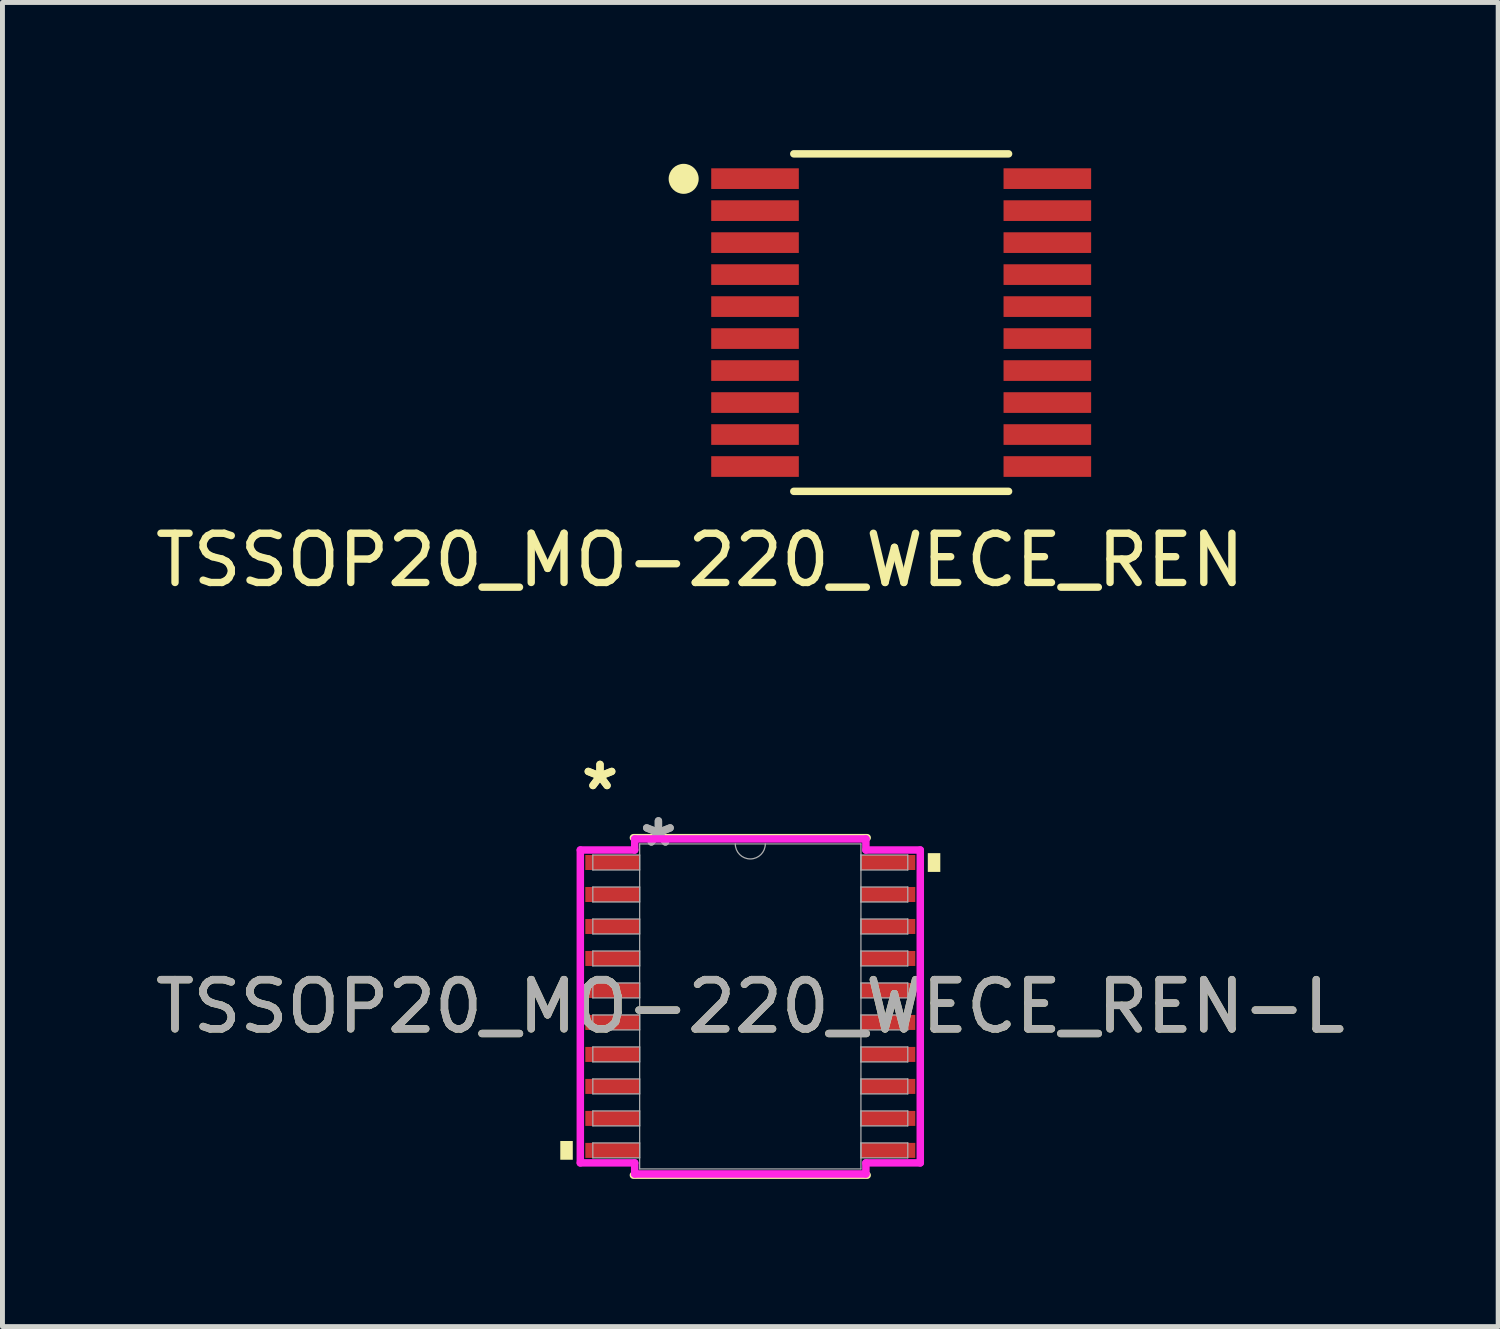
<source format=kicad_pcb>
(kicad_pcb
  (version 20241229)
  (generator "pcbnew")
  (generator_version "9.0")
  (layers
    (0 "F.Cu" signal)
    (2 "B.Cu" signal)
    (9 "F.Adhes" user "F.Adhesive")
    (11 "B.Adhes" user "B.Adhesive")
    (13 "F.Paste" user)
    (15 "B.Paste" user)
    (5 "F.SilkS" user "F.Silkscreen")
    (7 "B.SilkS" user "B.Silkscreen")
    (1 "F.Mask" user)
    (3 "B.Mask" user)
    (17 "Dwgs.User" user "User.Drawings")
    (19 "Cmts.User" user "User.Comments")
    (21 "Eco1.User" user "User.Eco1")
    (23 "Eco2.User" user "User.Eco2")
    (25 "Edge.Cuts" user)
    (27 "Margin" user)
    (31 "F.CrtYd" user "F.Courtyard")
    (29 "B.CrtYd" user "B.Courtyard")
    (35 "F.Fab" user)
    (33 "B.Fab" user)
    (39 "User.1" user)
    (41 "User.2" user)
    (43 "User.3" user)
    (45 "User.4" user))
  (footprint "TSSOP20_MO-220_WECE_REN"
    (layer "F.Cu")
    (at 15.262 3.505)
    (property "Reference" "TSSOP20_MO-220_WECE_REN" (at -4.089 4.826 0) (unlocked yes) (layer "F.SilkS") (effects (font (size 1 1) (thickness 0.15))))
    (attr smd)
    (fp_line (start -2.182 3.429) (end 2.182 3.429) (stroke (width 0.152) (type solid)) (layer "F.SilkS"))
    (fp_line (start 2.182 -3.429) (end -2.182 -3.429) (stroke (width 0.152) (type solid)) (layer "F.SilkS"))
    (fp_circle (center -4.42 -2.921) (end -4.12 -2.921) (stroke (width 0.01) (type solid)) (fill yes) (layer "F.SilkS"))
    (pad "1" smd rect (at -2.97 -2.925) (size 1.78 0.42) (layers "F.Cu" "F.Mask" "F.Paste"))
    (pad "2" smd rect (at -2.97 -2.275) (size 1.78 0.42) (layers "F.Cu" "F.Mask" "F.Paste"))
    (pad "3" smd rect (at -2.97 -1.625) (size 1.78 0.42) (layers "F.Cu" "F.Mask" "F.Paste"))
    (pad "4" smd rect (at -2.97 -0.975) (size 1.78 0.42) (layers "F.Cu" "F.Mask" "F.Paste"))
    (pad "5" smd rect (at -2.97 -0.325) (size 1.78 0.42) (layers "F.Cu" "F.Mask" "F.Paste"))
    (pad "6" smd rect (at -2.97 0.325) (size 1.78 0.42) (layers "F.Cu" "F.Mask" "F.Paste"))
    (pad "7" smd rect (at -2.97 0.975) (size 1.78 0.42) (layers "F.Cu" "F.Mask" "F.Paste"))
    (pad "8" smd rect (at -2.97 1.625) (size 1.78 0.42) (layers "F.Cu" "F.Mask" "F.Paste"))
    (pad "9" smd rect (at -2.97 2.275) (size 1.78 0.42) (layers "F.Cu" "F.Mask" "F.Paste"))
    (pad "10" smd rect (at -2.97 2.925) (size 1.78 0.42) (layers "F.Cu" "F.Mask" "F.Paste"))
    (pad "11" smd rect (at 2.97 2.925) (size 1.78 0.42) (layers "F.Cu" "F.Mask" "F.Paste"))
    (pad "12" smd rect (at 2.97 2.275) (size 1.78 0.42) (layers "F.Cu" "F.Mask" "F.Paste"))
    (pad "13" smd rect (at 2.97 1.625) (size 1.78 0.42) (layers "F.Cu" "F.Mask" "F.Paste"))
    (pad "14" smd rect (at 2.97 0.975) (size 1.78 0.42) (layers "F.Cu" "F.Mask" "F.Paste"))
    (pad "15" smd rect (at 2.97 0.325) (size 1.78 0.42) (layers "F.Cu" "F.Mask" "F.Paste"))
    (pad "16" smd rect (at 2.97 -0.325) (size 1.78 0.42) (layers "F.Cu" "F.Mask" "F.Paste"))
    (pad "17" smd rect (at 2.97 -0.975) (size 1.78 0.42) (layers "F.Cu" "F.Mask" "F.Paste"))
    (pad "18" smd rect (at 2.97 -1.625) (size 1.78 0.42) (layers "F.Cu" "F.Mask" "F.Paste"))
    (pad "19" smd rect (at 2.97 -2.275) (size 1.78 0.42) (layers "F.Cu" "F.Mask" "F.Paste"))
    (pad "20" smd rect (at 2.97 -2.925) (size 1.78 0.42) (layers "F.Cu" "F.Mask" "F.Paste")))
  (footprint "TSSOP20_MO-220_WECE_REN-L"
    (layer "F.Cu")
    (at 12.196 17.401)
    (property "Reference" "TSSOP20_MO-220_WECE_REN-L" (at 0 0 0) (unlocked yes) (layer "F.SilkS") (effects (font (size 1 1) (thickness 0.15))))
    (attr smd)
    (fp_line (start -2.375 3.429) (end 2.375 3.429) (stroke (width 0.152) (type solid)) (layer "F.SilkS"))
    (fp_line (start 2.375 -3.429) (end -2.375 -3.429) (stroke (width 0.152) (type solid)) (layer "F.SilkS"))
    (fp_poly (pts (xy -3.861 2.734) (xy -3.861 3.115) (xy -3.607 3.115) (xy -3.607 2.734)) (stroke (width 0) (type solid)) (fill yes) (layer "F.SilkS"))
    (fp_poly (pts (xy 3.861 -3.115) (xy 3.861 -2.734) (xy 3.607 -2.734) (xy 3.607 -3.115)) (stroke (width 0) (type solid)) (fill yes) (layer "F.SilkS"))
    (fp_line (start -3.454 -3.179) (end -2.349 -3.179) (stroke (width 0.152) (type solid)) (layer "F.CrtYd"))
    (fp_line (start -3.454 3.179) (end -3.454 -3.179) (stroke (width 0.152) (type solid)) (layer "F.CrtYd"))
    (fp_line (start -3.454 3.179) (end -2.349 3.179) (stroke (width 0.152) (type solid)) (layer "F.CrtYd"))
    (fp_line (start -2.349 -3.404) (end 2.349 -3.404) (stroke (width 0.152) (type solid)) (layer "F.CrtYd"))
    (fp_line (start -2.349 -3.179) (end -2.349 -3.404) (stroke (width 0.152) (type solid)) (layer "F.CrtYd"))
    (fp_line (start -2.349 3.404) (end -2.349 3.179) (stroke (width 0.152) (type solid)) (layer "F.CrtYd"))
    (fp_line (start 2.349 -3.404) (end 2.349 -3.179) (stroke (width 0.152) (type solid)) (layer "F.CrtYd"))
    (fp_line (start 2.349 3.179) (end 2.349 3.404) (stroke (width 0.152) (type solid)) (layer "F.CrtYd"))
    (fp_line (start 2.349 3.404) (end -2.349 3.404) (stroke (width 0.152) (type solid)) (layer "F.CrtYd"))
    (fp_line (start 3.454 -3.179) (end 2.349 -3.179) (stroke (width 0.152) (type solid)) (layer "F.CrtYd"))
    (fp_line (start 3.454 -3.179) (end 3.454 3.179) (stroke (width 0.152) (type solid)) (layer "F.CrtYd"))
    (fp_line (start 3.454 3.179) (end 2.349 3.179) (stroke (width 0.152) (type solid)) (layer "F.CrtYd"))
    (fp_line (start -3.2 -3.077) (end -3.2 -2.773) (stroke (width 0.025) (type solid)) (layer "F.Fab"))
    (fp_line (start -3.2 -2.773) (end -2.248 -2.773) (stroke (width 0.025) (type solid)) (layer "F.Fab"))
    (fp_line (start -3.2 -2.427) (end -3.2 -2.123) (stroke (width 0.025) (type solid)) (layer "F.Fab"))
    (fp_line (start -3.2 -2.123) (end -2.248 -2.123) (stroke (width 0.025) (type solid)) (layer "F.Fab"))
    (fp_line (start -3.2 -1.777) (end -3.2 -1.473) (stroke (width 0.025) (type solid)) (layer "F.Fab"))
    (fp_line (start -3.2 -1.473) (end -2.248 -1.473) (stroke (width 0.025) (type solid)) (layer "F.Fab"))
    (fp_line (start -3.2 -1.127) (end -3.2 -0.823) (stroke (width 0.025) (type solid)) (layer "F.Fab"))
    (fp_line (start -3.2 -0.823) (end -2.248 -0.823) (stroke (width 0.025) (type solid)) (layer "F.Fab"))
    (fp_line (start -3.2 -0.477) (end -3.2 -0.173) (stroke (width 0.025) (type solid)) (layer "F.Fab"))
    (fp_line (start -3.2 -0.173) (end -2.248 -0.173) (stroke (width 0.025) (type solid)) (layer "F.Fab"))
    (fp_line (start -3.2 0.173) (end -3.2 0.477) (stroke (width 0.025) (type solid)) (layer "F.Fab"))
    (fp_line (start -3.2 0.477) (end -2.248 0.477) (stroke (width 0.025) (type solid)) (layer "F.Fab"))
    (fp_line (start -3.2 0.823) (end -3.2 1.127) (stroke (width 0.025) (type solid)) (layer "F.Fab"))
    (fp_line (start -3.2 1.127) (end -2.248 1.127) (stroke (width 0.025) (type solid)) (layer "F.Fab"))
    (fp_line (start -3.2 1.473) (end -3.2 1.777) (stroke (width 0.025) (type solid)) (layer "F.Fab"))
    (fp_line (start -3.2 1.777) (end -2.248 1.777) (stroke (width 0.025) (type solid)) (layer "F.Fab"))
    (fp_line (start -3.2 2.123) (end -3.2 2.427) (stroke (width 0.025) (type solid)) (layer "F.Fab"))
    (fp_line (start -3.2 2.427) (end -2.248 2.427) (stroke (width 0.025) (type solid)) (layer "F.Fab"))
    (fp_line (start -3.2 2.773) (end -3.2 3.077) (stroke (width 0.025) (type solid)) (layer "F.Fab"))
    (fp_line (start -3.2 3.077) (end -2.248 3.077) (stroke (width 0.025) (type solid)) (layer "F.Fab"))
    (fp_line (start -2.248 -3.302) (end -2.248 3.302) (stroke (width 0.025) (type solid)) (layer "F.Fab"))
    (fp_line (start -2.248 -3.077) (end -3.2 -3.077) (stroke (width 0.025) (type solid)) (layer "F.Fab"))
    (fp_line (start -2.248 -2.773) (end -2.248 -3.077) (stroke (width 0.025) (type solid)) (layer "F.Fab"))
    (fp_line (start -2.248 -2.427) (end -3.2 -2.427) (stroke (width 0.025) (type solid)) (layer "F.Fab"))
    (fp_line (start -2.248 -2.123) (end -2.248 -2.427) (stroke (width 0.025) (type solid)) (layer "F.Fab"))
    (fp_line (start -2.248 -1.777) (end -3.2 -1.777) (stroke (width 0.025) (type solid)) (layer "F.Fab"))
    (fp_line (start -2.248 -1.473) (end -2.248 -1.777) (stroke (width 0.025) (type solid)) (layer "F.Fab"))
    (fp_line (start -2.248 -1.127) (end -3.2 -1.127) (stroke (width 0.025) (type solid)) (layer "F.Fab"))
    (fp_line (start -2.248 -0.823) (end -2.248 -1.127) (stroke (width 0.025) (type solid)) (layer "F.Fab"))
    (fp_line (start -2.248 -0.477) (end -3.2 -0.477) (stroke (width 0.025) (type solid)) (layer "F.Fab"))
    (fp_line (start -2.248 -0.173) (end -2.248 -0.477) (stroke (width 0.025) (type solid)) (layer "F.Fab"))
    (fp_line (start -2.248 0.173) (end -3.2 0.173) (stroke (width 0.025) (type solid)) (layer "F.Fab"))
    (fp_line (start -2.248 0.477) (end -2.248 0.173) (stroke (width 0.025) (type solid)) (layer "F.Fab"))
    (fp_line (start -2.248 0.823) (end -3.2 0.823) (stroke (width 0.025) (type solid)) (layer "F.Fab"))
    (fp_line (start -2.248 1.127) (end -2.248 0.823) (stroke (width 0.025) (type solid)) (layer "F.Fab"))
    (fp_line (start -2.248 1.473) (end -3.2 1.473) (stroke (width 0.025) (type solid)) (layer "F.Fab"))
    (fp_line (start -2.248 1.777) (end -2.248 1.473) (stroke (width 0.025) (type solid)) (layer "F.Fab"))
    (fp_line (start -2.248 2.123) (end -3.2 2.123) (stroke (width 0.025) (type solid)) (layer "F.Fab"))
    (fp_line (start -2.248 2.427) (end -2.248 2.123) (stroke (width 0.025) (type solid)) (layer "F.Fab"))
    (fp_line (start -2.248 2.773) (end -3.2 2.773) (stroke (width 0.025) (type solid)) (layer "F.Fab"))
    (fp_line (start -2.248 3.077) (end -2.248 2.773) (stroke (width 0.025) (type solid)) (layer "F.Fab"))
    (fp_line (start -2.248 3.302) (end 2.248 3.302) (stroke (width 0.025) (type solid)) (layer "F.Fab"))
    (fp_line (start 2.248 -3.302) (end -2.248 -3.302) (stroke (width 0.025) (type solid)) (layer "F.Fab"))
    (fp_line (start 2.248 -3.077) (end 2.248 -2.773) (stroke (width 0.025) (type solid)) (layer "F.Fab"))
    (fp_line (start 2.248 -2.773) (end 3.2 -2.773) (stroke (width 0.025) (type solid)) (layer "F.Fab"))
    (fp_line (start 2.248 -2.427) (end 2.248 -2.123) (stroke (width 0.025) (type solid)) (layer "F.Fab"))
    (fp_line (start 2.248 -2.123) (end 3.2 -2.123) (stroke (width 0.025) (type solid)) (layer "F.Fab"))
    (fp_line (start 2.248 -1.777) (end 2.248 -1.473) (stroke (width 0.025) (type solid)) (layer "F.Fab"))
    (fp_line (start 2.248 -1.473) (end 3.2 -1.473) (stroke (width 0.025) (type solid)) (layer "F.Fab"))
    (fp_line (start 2.248 -1.127) (end 2.248 -0.823) (stroke (width 0.025) (type solid)) (layer "F.Fab"))
    (fp_line (start 2.248 -0.823) (end 3.2 -0.823) (stroke (width 0.025) (type solid)) (layer "F.Fab"))
    (fp_line (start 2.248 -0.477) (end 2.248 -0.173) (stroke (width 0.025) (type solid)) (layer "F.Fab"))
    (fp_line (start 2.248 -0.173) (end 3.2 -0.173) (stroke (width 0.025) (type solid)) (layer "F.Fab"))
    (fp_line (start 2.248 0.173) (end 2.248 0.477) (stroke (width 0.025) (type solid)) (layer "F.Fab"))
    (fp_line (start 2.248 0.477) (end 3.2 0.477) (stroke (width 0.025) (type solid)) (layer "F.Fab"))
    (fp_line (start 2.248 0.823) (end 2.248 1.127) (stroke (width 0.025) (type solid)) (layer "F.Fab"))
    (fp_line (start 2.248 1.127) (end 3.2 1.127) (stroke (width 0.025) (type solid)) (layer "F.Fab"))
    (fp_line (start 2.248 1.473) (end 2.248 1.777) (stroke (width 0.025) (type solid)) (layer "F.Fab"))
    (fp_line (start 2.248 1.777) (end 3.2 1.777) (stroke (width 0.025) (type solid)) (layer "F.Fab"))
    (fp_line (start 2.248 2.123) (end 2.248 2.427) (stroke (width 0.025) (type solid)) (layer "F.Fab"))
    (fp_line (start 2.248 2.427) (end 3.2 2.427) (stroke (width 0.025) (type solid)) (layer "F.Fab"))
    (fp_line (start 2.248 2.773) (end 2.248 3.077) (stroke (width 0.025) (type solid)) (layer "F.Fab"))
    (fp_line (start 2.248 3.077) (end 3.2 3.077) (stroke (width 0.025) (type solid)) (layer "F.Fab"))
    (fp_line (start 2.248 3.302) (end 2.248 -3.302) (stroke (width 0.025) (type solid)) (layer "F.Fab"))
    (fp_line (start 3.2 -3.077) (end 2.248 -3.077) (stroke (width 0.025) (type solid)) (layer "F.Fab"))
    (fp_line (start 3.2 -2.773) (end 3.2 -3.077) (stroke (width 0.025) (type solid)) (layer "F.Fab"))
    (fp_line (start 3.2 -2.427) (end 2.248 -2.427) (stroke (width 0.025) (type solid)) (layer "F.Fab"))
    (fp_line (start 3.2 -2.123) (end 3.2 -2.427) (stroke (width 0.025) (type solid)) (layer "F.Fab"))
    (fp_line (start 3.2 -1.777) (end 2.248 -1.777) (stroke (width 0.025) (type solid)) (layer "F.Fab"))
    (fp_line (start 3.2 -1.473) (end 3.2 -1.777) (stroke (width 0.025) (type solid)) (layer "F.Fab"))
    (fp_line (start 3.2 -1.127) (end 2.248 -1.127) (stroke (width 0.025) (type solid)) (layer "F.Fab"))
    (fp_line (start 3.2 -0.823) (end 3.2 -1.127) (stroke (width 0.025) (type solid)) (layer "F.Fab"))
    (fp_line (start 3.2 -0.477) (end 2.248 -0.477) (stroke (width 0.025) (type solid)) (layer "F.Fab"))
    (fp_line (start 3.2 -0.173) (end 3.2 -0.477) (stroke (width 0.025) (type solid)) (layer "F.Fab"))
    (fp_line (start 3.2 0.173) (end 2.248 0.173) (stroke (width 0.025) (type solid)) (layer "F.Fab"))
    (fp_line (start 3.2 0.477) (end 3.2 0.173) (stroke (width 0.025) (type solid)) (layer "F.Fab"))
    (fp_line (start 3.2 0.823) (end 2.248 0.823) (stroke (width 0.025) (type solid)) (layer "F.Fab"))
    (fp_line (start 3.2 1.127) (end 3.2 0.823) (stroke (width 0.025) (type solid)) (layer "F.Fab"))
    (fp_line (start 3.2 1.473) (end 2.248 1.473) (stroke (width 0.025) (type solid)) (layer "F.Fab"))
    (fp_line (start 3.2 1.777) (end 3.2 1.473) (stroke (width 0.025) (type solid)) (layer "F.Fab"))
    (fp_line (start 3.2 2.123) (end 2.248 2.123) (stroke (width 0.025) (type solid)) (layer "F.Fab"))
    (fp_line (start 3.2 2.427) (end 3.2 2.123) (stroke (width 0.025) (type solid)) (layer "F.Fab"))
    (fp_line (start 3.2 2.773) (end 2.248 2.773) (stroke (width 0.025) (type solid)) (layer "F.Fab"))
    (fp_line (start 3.2 3.077) (end 3.2 2.773) (stroke (width 0.025) (type solid)) (layer "F.Fab"))
    (fp_arc (start 0.3048 -3.302) (mid 0 -2.9972) (end -0.3048 -3.302) (stroke (width 0.0254) (type solid)) (layer "F.Fab"))
    (fp_text user "*" (at -3.054 -4.373 0) (unlocked yes) (layer "F.SilkS") (effects (font (size 1 1) (thickness 0.15))))
    (fp_text user "*" (at -3.054 -4.373 0) (layer "F.SilkS") (effects (font (size 1 1) (thickness 0.15))))
    (fp_text user "${REFERENCE}" (at 0 0 0) (unlocked yes) (layer "F.Fab") (effects (font (size 1 1) (thickness 0.15))))
    (fp_text user "*" (at -1.867 -3.226 0) (unlocked yes) (layer "F.Fab") (effects (font (size 1 1) (thickness 0.15))))
    (fp_text user "*" (at -1.867 -3.226 0) (layer "F.Fab") (effects (font (size 1 1) (thickness 0.15))))
    (pad "1" smd rect (at -2.8 -2.925) (size 1.105 0.305) (layers "F.Cu" "F.Mask" "F.Paste"))
    (pad "2" smd rect (at -2.8 -2.275) (size 1.105 0.305) (layers "F.Cu" "F.Mask" "F.Paste"))
    (pad "3" smd rect (at -2.8 -1.625) (size 1.105 0.305) (layers "F.Cu" "F.Mask" "F.Paste"))
    (pad "4" smd rect (at -2.8 -0.975) (size 1.105 0.305) (layers "F.Cu" "F.Mask" "F.Paste"))
    (pad "5" smd rect (at -2.8 -0.325) (size 1.105 0.305) (layers "F.Cu" "F.Mask" "F.Paste"))
    (pad "6" smd rect (at -2.8 0.325) (size 1.105 0.305) (layers "F.Cu" "F.Mask" "F.Paste"))
    (pad "7" smd rect (at -2.8 0.975) (size 1.105 0.305) (layers "F.Cu" "F.Mask" "F.Paste"))
    (pad "8" smd rect (at -2.8 1.625) (size 1.105 0.305) (layers "F.Cu" "F.Mask" "F.Paste"))
    (pad "9" smd rect (at -2.8 2.275) (size 1.105 0.305) (layers "F.Cu" "F.Mask" "F.Paste"))
    (pad "10" smd rect (at -2.8 2.925) (size 1.105 0.305) (layers "F.Cu" "F.Mask" "F.Paste"))
    (pad "11" smd rect (at 2.8 2.925) (size 1.105 0.305) (layers "F.Cu" "F.Mask" "F.Paste"))
    (pad "12" smd rect (at 2.8 2.275) (size 1.105 0.305) (layers "F.Cu" "F.Mask" "F.Paste"))
    (pad "13" smd rect (at 2.8 1.625) (size 1.105 0.305) (layers "F.Cu" "F.Mask" "F.Paste"))
    (pad "14" smd rect (at 2.8 0.975) (size 1.105 0.305) (layers "F.Cu" "F.Mask" "F.Paste"))
    (pad "15" smd rect (at 2.8 0.325) (size 1.105 0.305) (layers "F.Cu" "F.Mask" "F.Paste"))
    (pad "16" smd rect (at 2.8 -0.325) (size 1.105 0.305) (layers "F.Cu" "F.Mask" "F.Paste"))
    (pad "17" smd rect (at 2.8 -0.975) (size 1.105 0.305) (layers "F.Cu" "F.Mask" "F.Paste"))
    (pad "18" smd rect (at 2.8 -1.625) (size 1.105 0.305) (layers "F.Cu" "F.Mask" "F.Paste"))
    (pad "19" smd rect (at 2.8 -2.275) (size 1.105 0.305) (layers "F.Cu" "F.Mask" "F.Paste"))
    (pad "20" smd rect (at 2.8 -2.925) (size 1.105 0.305) (layers "F.Cu" "F.Mask" "F.Paste")))
  (gr_rect
    (start -3 -3)
    (end 27.393 23.906)
    (stroke (width 0.1) (type default))
    (fill no)
    (layer "Edge.Cuts")))
</source>
